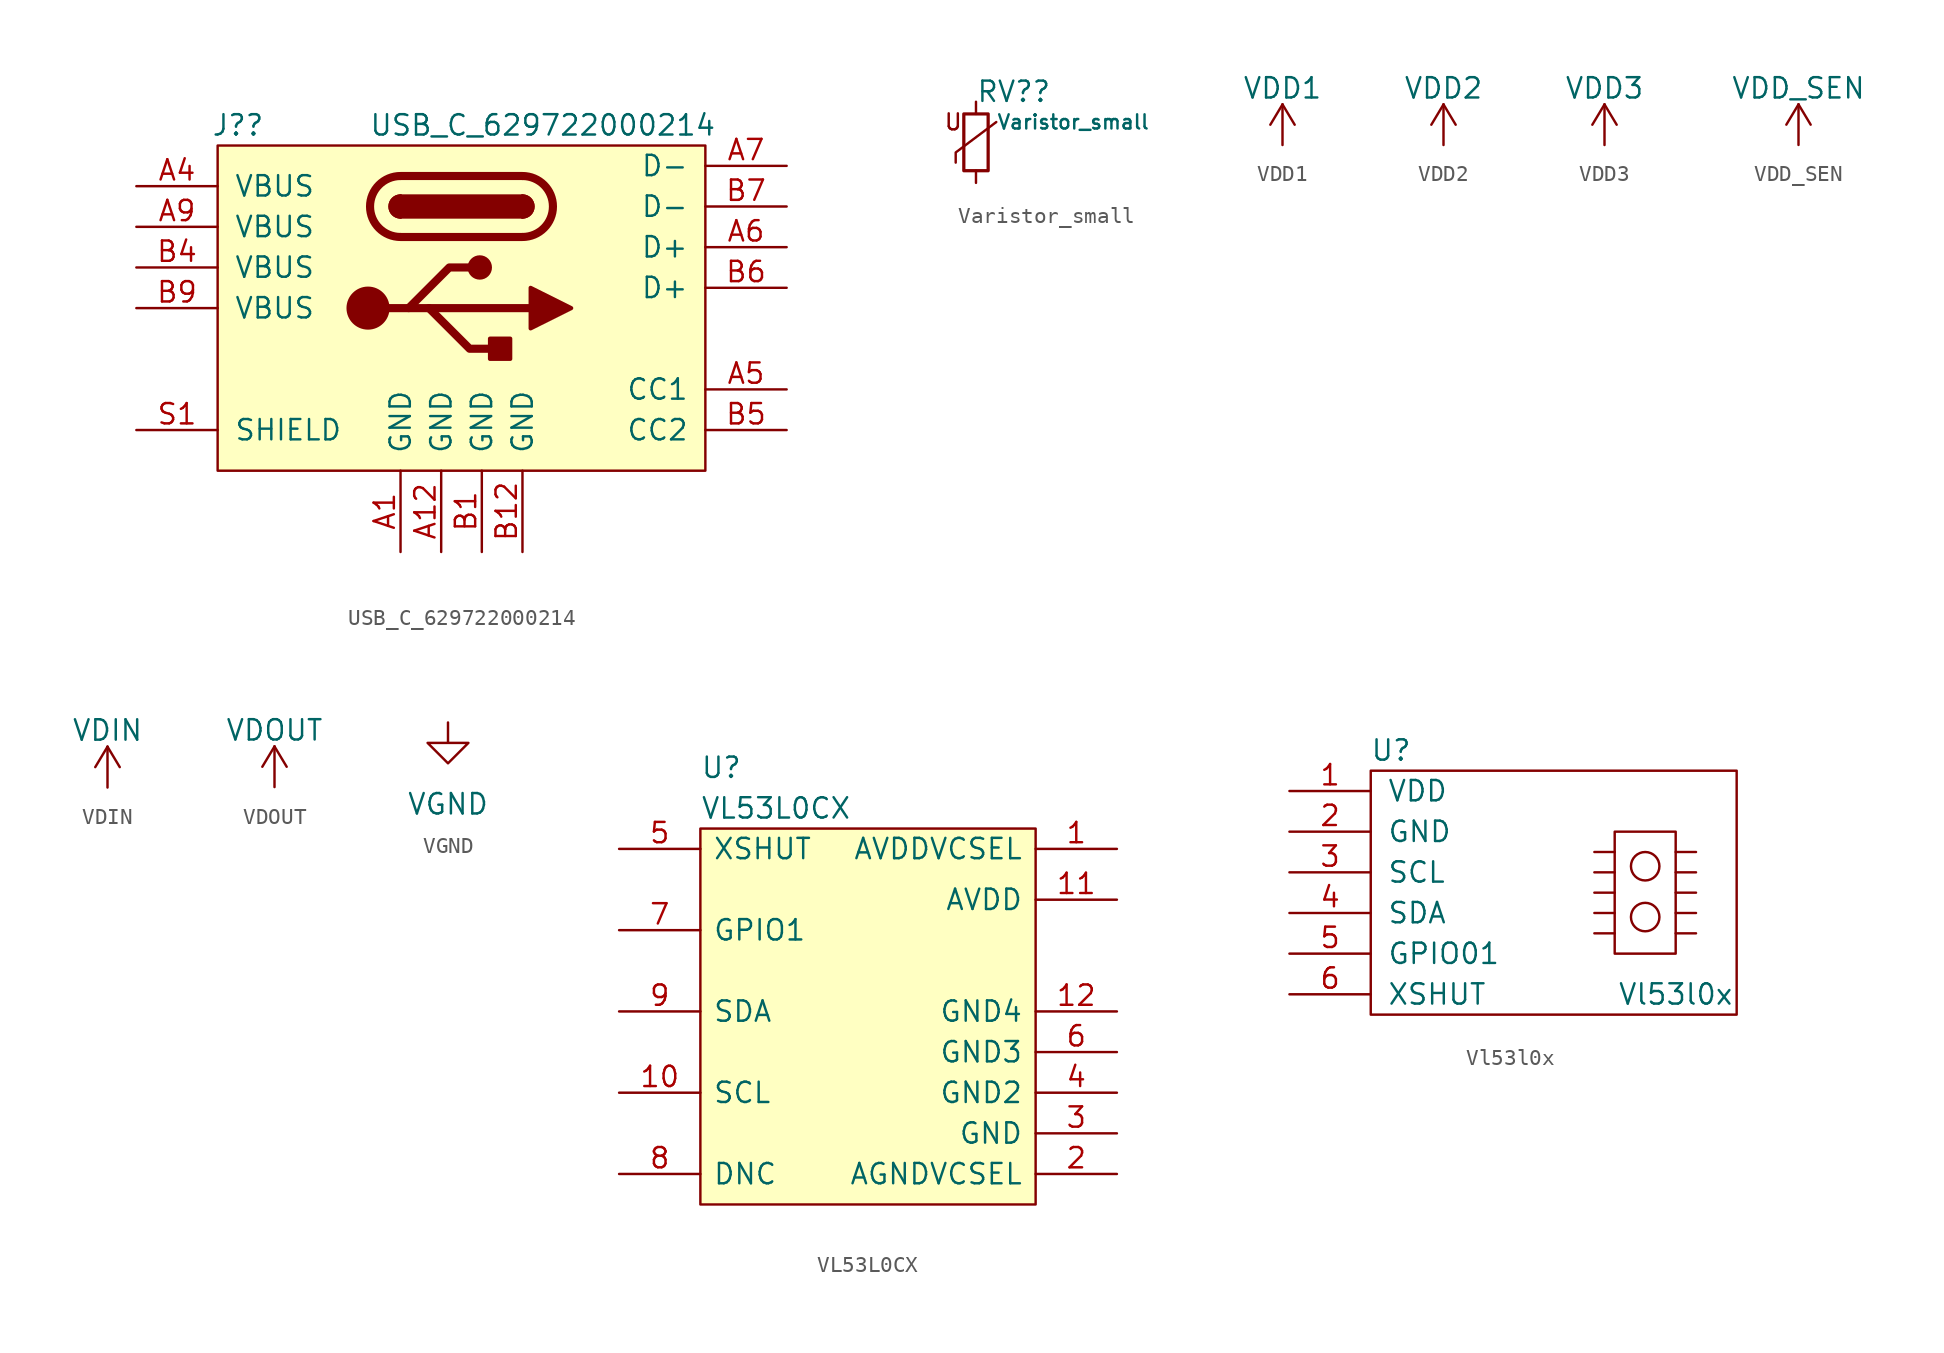
<source format=kicad_sym>
(kicad_symbol_lib
  (version 20211014)
  (generator kicad_symbol_editor)
  (symbol "USB_C_629722000214"
    (pin_names
      (offset 1.016))
    (property "Reference" "J?"
      (at -13.97 12.7 0)
      (effects (font (size 1.27 1.27))))
    (property "Value" "USB_C_629722000214"
      (at 5.08 12.7 0)
      (effects (font (size 1.27 1.27))))
    (symbol "USB_C_629722000214_0_1"
      (rectangle (start -15.24 11.43) (end 15.24 -8.89) (stroke (width 0.152) (type default) (color 0 0 0 0)) (fill (type background)))
      (circle (center -5.842 1.27) (radius 1.27) (stroke (width 0) (type default) (color 0 0 0 0)) (fill (type outline)))
      (arc (start -3.81 8.255) (mid -4.445 7.62) (end -3.81 6.985) (stroke (width 0.254) (type default) (color 0 0 0 0)) (fill (type none)))
      (arc (start -3.81 8.255) (mid -4.445 7.62) (end -3.81 6.985) (stroke (width 0.254) (type default) (color 0 0 0 0)) (fill (type outline)))
      (rectangle (start -3.81 8.255) (end 3.81 6.985) (stroke (width 0.254) (type default) (color 0 0 0 0)) (fill (type outline)))
      (arc (start -3.81 9.525) (mid -5.715 7.62) (end -3.81 5.715) (stroke (width 0.508) (type default) (color 0 0 0 0)) (fill (type none)))
      (polyline (pts (xy -5.842 1.27) (xy 4.318 1.27)) (stroke (width 0.508) (type default) (color 0 0 0 0)) (fill (type none)))
      (polyline (pts (xy -3.81 9.525) (xy 3.81 9.525)) (stroke (width 0.508) (type default) (color 0 0 0 0)) (fill (type none)))
      (polyline (pts (xy 3.81 5.715) (xy -3.81 5.715)) (stroke (width 0.508) (type default) (color 0 0 0 0)) (fill (type none)))
      (polyline (pts (xy -3.302 1.27) (xy -0.762 3.81) (xy 0.508 3.81)) (stroke (width 0.508) (type default) (color 0 0 0 0)) (fill (type none)))
      (polyline (pts (xy -2.032 1.27) (xy 0.508 -1.27) (xy 1.778 -1.27)) (stroke (width 0.508) (type default) (color 0 0 0 0)) (fill (type none)))
      (polyline (pts (xy 4.318 2.54) (xy 6.858 1.27) (xy 4.318 0) (xy 4.318 2.54)) (stroke (width 0.254) (type default) (color 0 0 0 0)) (fill (type outline)))
      (circle (center 1.143 3.81) (radius 0.635) (stroke (width 0.254) (type default) (color 0 0 0 0)) (fill (type outline)))
      (rectangle (start 1.778 -0.635) (end 3.048 -1.905) (stroke (width 0.254) (type default) (color 0 0 0 0)) (fill (type outline)))
      (arc (start 3.81 5.715) (mid 5.715 7.62) (end 3.81 9.525) (stroke (width 0.508) (type default) (color 0 0 0 0)) (fill (type none)))
      (arc (start 3.81 6.985) (mid 4.445 7.62) (end 3.81 8.255) (stroke (width 0.254) (type default) (color 0 0 0 0)) (fill (type none)))
      (arc (start 3.81 6.985) (mid 4.445 7.62) (end 3.81 8.255) (stroke (width 0.254) (type default) (color 0 0 0 0)) (fill (type outline))))
    (symbol "USB_C_629722000214_1_1"
      (pin passive line (at -3.81 -13.97 90) (length 5.08) (name "GND" (effects (font (size 1.27 1.27)))) (number "A1" (effects (font (size 1.27 1.27)))))
      (pin passive line (at -1.27 -13.97 90) (length 5.08) (name "GND" (effects (font (size 1.27 1.27)))) (number "A12" (effects (font (size 1.27 1.27)))))
      (pin passive line (at -20.32 8.89 0) (length 5.08) (name "VBUS" (effects (font (size 1.27 1.27)))) (number "A4" (effects (font (size 1.27 1.27)))))
      (pin bidirectional line (at 20.32 -3.81 180) (length 5.08) (name "CC1" (effects (font (size 1.27 1.27)))) (number "A5" (effects (font (size 1.27 1.27)))))
      (pin bidirectional line (at 20.32 5.08 180) (length 5.08) (name "D+" (effects (font (size 1.27 1.27)))) (number "A6" (effects (font (size 1.27 1.27)))))
      (pin bidirectional line (at 20.32 10.16 180) (length 5.08) (name "D-" (effects (font (size 1.27 1.27)))) (number "A7" (effects (font (size 1.27 1.27)))))
      (pin passive line (at -20.32 6.35 0) (length 5.08) (name "VBUS" (effects (font (size 1.27 1.27)))) (number "A9" (effects (font (size 1.27 1.27)))))
      (pin passive line (at 1.27 -13.97 90) (length 5.08) (name "GND" (effects (font (size 1.27 1.27)))) (number "B1" (effects (font (size 1.27 1.27)))))
      (pin passive line (at 3.81 -13.97 90) (length 5.08) (name "GND" (effects (font (size 1.27 1.27)))) (number "B12" (effects (font (size 1.27 1.27)))))
      (pin passive line (at -20.32 3.81 0) (length 5.08) (name "VBUS" (effects (font (size 1.27 1.27)))) (number "B4" (effects (font (size 1.27 1.27)))))
      (pin bidirectional line (at 20.32 -6.35 180) (length 5.08) (name "CC2" (effects (font (size 1.27 1.27)))) (number "B5" (effects (font (size 1.27 1.27)))))
      (pin bidirectional line (at 20.32 2.54 180) (length 5.08) (name "D+" (effects (font (size 1.27 1.27)))) (number "B6" (effects (font (size 1.27 1.27)))))
      (pin bidirectional line (at 20.32 7.62 180) (length 5.08) (name "D-" (effects (font (size 1.27 1.27)))) (number "B7" (effects (font (size 1.27 1.27)))))
      (pin passive line (at -20.32 1.27 0) (length 5.08) (name "VBUS" (effects (font (size 1.27 1.27)))) (number "B9" (effects (font (size 1.27 1.27)))))
      (pin passive line (at -20.32 -6.35 0) (length 5.08) (name "SHIELD" (effects (font (size 1.27 1.27)))) (number "S1" (effects (font (size 1.27 1.27)))))))
  (symbol "Varistor_small"
    (pin_numbers hide)
    (pin_names
      (offset 0.254) hide)
    (property "Reference" "RV?"
      (at 0 3.175 0)
      (effects (font (size 1.27 1.27)) (justify left)))
    (property "Value" "Varistor_small"
      (at 1.27 1.27 0)
      (effects (font (size 0.889 0.889)) (justify left)))
    (symbol "Varistor_small_0_0"
      (text "U" (at -1.422 1.27 0) (effects (font (size 1 1)))))
    (symbol "Varistor_small_0_1"
      (rectangle (start -0.762 1.778) (end 0.762 -1.778) (stroke (width 0.203) (type default) (color 0 0 0 0)) (fill (type none)))
      (polyline (pts (xy 1.27 1.27) (xy -1.27 -0.635) (xy -1.27 -1.27)) (stroke (width 0.152) (type default) (color 0 0 0 0)) (fill (type none))))
    (symbol "Varistor_small_1_1"
      (pin passive line (at 0 2.54 270) (length 0.762) (name "~" (effects (font (size 1.27 1.27)))) (number "1" (effects (font (size 1.27 1.27)))))
      (pin passive line (at 0 -2.54 90) (length 0.762) (name "~" (effects (font (size 1.27 1.27)))) (number "2" (effects (font (size 1.27 1.27)))))))
  (symbol "VDD1"
    (power)
    (pin_names
      (offset 0))
    (property "Reference" "#PWR"
      (at 0 -3.81 0)
      (effects (font (size 1.27 1.27)) hide))
    (property "Value" "VDD1"
      (at 0 3.556 0)
      (effects (font (size 1.27 1.27))))
    (symbol "VDD1_0_1"
      (polyline (pts (xy -0.762 1.27) (xy 0 2.54)) (stroke (width 0) (type default) (color 0 0 0 0)) (fill (type none)))
      (polyline (pts (xy 0 0) (xy 0 2.54)) (stroke (width 0) (type default) (color 0 0 0 0)) (fill (type none)))
      (polyline (pts (xy 0 2.54) (xy 0.762 1.27)) (stroke (width 0) (type default) (color 0 0 0 0)) (fill (type none))))
    (symbol "VDD1_1_1"
      (pin power_in line (at 0 0 90) (length 0) hide (name "VDD1" (effects (font (size 1.27 1.27)))) (number "1" (effects (font (size 1.27 1.27)))))))
  (symbol "VDD2"
    (power)
    (pin_names
      (offset 0))
    (property "Reference" "#PWR"
      (at 0 -3.81 0)
      (effects (font (size 1.27 1.27)) hide))
    (property "Value" "VDD2"
      (at 0 3.556 0)
      (effects (font (size 1.27 1.27))))
    (symbol "VDD2_0_1"
      (polyline (pts (xy -0.762 1.27) (xy 0 2.54)) (stroke (width 0) (type default) (color 0 0 0 0)) (fill (type none)))
      (polyline (pts (xy 0 0) (xy 0 2.54)) (stroke (width 0) (type default) (color 0 0 0 0)) (fill (type none)))
      (polyline (pts (xy 0 2.54) (xy 0.762 1.27)) (stroke (width 0) (type default) (color 0 0 0 0)) (fill (type none))))
    (symbol "VDD2_1_1"
      (pin power_in line (at 0 0 90) (length 0) hide (name "VDD2" (effects (font (size 1.27 1.27)))) (number "1" (effects (font (size 1.27 1.27)))))))
  (symbol "VDD3"
    (power)
    (pin_names
      (offset 0))
    (property "Reference" "#PWR"
      (at 0 -3.81 0)
      (effects (font (size 1.27 1.27)) hide))
    (property "Value" "VDD3"
      (at 0 3.556 0)
      (effects (font (size 1.27 1.27))))
    (symbol "VDD3_0_1"
      (polyline (pts (xy -0.762 1.27) (xy 0 2.54)) (stroke (width 0) (type default) (color 0 0 0 0)) (fill (type none)))
      (polyline (pts (xy 0 0) (xy 0 2.54)) (stroke (width 0) (type default) (color 0 0 0 0)) (fill (type none)))
      (polyline (pts (xy 0 2.54) (xy 0.762 1.27)) (stroke (width 0) (type default) (color 0 0 0 0)) (fill (type none))))
    (symbol "VDD3_1_1"
      (pin power_in line (at 0 0 90) (length 0) hide (name "VDD3" (effects (font (size 1.27 1.27)))) (number "1" (effects (font (size 1.27 1.27)))))))
  (symbol "VDD_SEN"
    (power)
    (pin_names
      (offset 0))
    (property "Reference" "#PWR"
      (at 0 -3.81 0)
      (effects (font (size 1.27 1.27)) hide))
    (property "Value" "VDD_SEN"
      (at 0 3.556 0)
      (effects (font (size 1.27 1.27))))
    (symbol "VDD_SEN_0_1"
      (polyline (pts (xy -0.762 1.27) (xy 0 2.54)) (stroke (width 0) (type default) (color 0 0 0 0)) (fill (type none)))
      (polyline (pts (xy 0 0) (xy 0 2.54)) (stroke (width 0) (type default) (color 0 0 0 0)) (fill (type none)))
      (polyline (pts (xy 0 2.54) (xy 0.762 1.27)) (stroke (width 0) (type default) (color 0 0 0 0)) (fill (type none))))
    (symbol "VDD_SEN_1_1"
      (pin power_in line (at 0 0 90) (length 0) hide (name "VDD_SEN" (effects (font (size 1.27 1.27)))) (number "1" (effects (font (size 1.27 1.27)))))))
  (symbol "VDIN"
    (power)
    (pin_names
      (offset 0))
    (property "Reference" "#PWR"
      (at 15.24 7.62 0)
      (effects (font (size 1.27 1.27)) hide))
    (property "Value" "VDIN"
      (at 0 3.556 0)
      (effects (font (size 1.27 1.27))))
    (symbol "VDIN_0_1"
      (polyline (pts (xy -0.762 1.27) (xy 0 2.54)) (stroke (width 0) (type default) (color 0 0 0 0)) (fill (type none)))
      (polyline (pts (xy 0 0) (xy 0 2.54)) (stroke (width 0) (type default) (color 0 0 0 0)) (fill (type none)))
      (polyline (pts (xy 0 2.54) (xy 0.762 1.27)) (stroke (width 0) (type default) (color 0 0 0 0)) (fill (type none))))
    (symbol "VDIN_1_1"
      (pin power_in line (at 0 0 180) (length 0) hide (name "VDIN" (effects (font (size 1.27 1.27)))) (number "1" (effects (font (size 1.27 1.27)))))))
  (symbol "VDOUT"
    (power)
    (pin_names
      (offset 0))
    (property "Reference" "#PWR"
      (at 15.24 7.62 0)
      (effects (font (size 1.27 1.27)) hide))
    (property "Value" "VDOUT"
      (at 0 3.556 0)
      (effects (font (size 1.27 1.27))))
    (symbol "VDOUT_0_1"
      (polyline (pts (xy -0.762 1.27) (xy 0 2.54)) (stroke (width 0) (type default) (color 0 0 0 0)) (fill (type none)))
      (polyline (pts (xy 0 0) (xy 0 2.54)) (stroke (width 0) (type default) (color 0 0 0 0)) (fill (type none)))
      (polyline (pts (xy 0 2.54) (xy 0.762 1.27)) (stroke (width 0) (type default) (color 0 0 0 0)) (fill (type none))))
    (symbol "VDOUT_1_1"
      (pin power_in line (at 0 0 180) (length 0) hide (name "VDOUT" (effects (font (size 1.27 1.27)))) (number "1" (effects (font (size 1.27 1.27)))))))
  (symbol "VGND"
    (power)
    (pin_names
      (offset 0))
    (property "Reference" "#PWR03"
      (at 0 -6.35 0)
      (effects (font (size 1.27 1.27)) hide))
    (property "Value" "VGND"
      (at 0 -5.08 0)
      (effects (font (size 1.27 1.27))))
    (symbol "VGND_0_1"
      (polyline (pts (xy 0 0) (xy 0 -1.27) (xy 1.27 -1.27) (xy 0 -2.54) (xy -1.27 -1.27) (xy 0 -1.27)) (stroke (width 0) (type default) (color 0 0 0 0)) (fill (type none))))
    (symbol "VGND_1_1"
      (pin power_in line (at 0 0 270) (length 0) hide (name "VGND" (effects (font (size 1.27 1.27)))) (number "1" (effects (font (size 1.27 1.27)))))))
  (symbol "VL53L0CX"
    (pin_names
      (offset 0.762))
    (property "Reference" "U"
      (at 5.08 5.08 0)
      (effects (font (size 1.27 1.27)) (justify left)))
    (property "Value" "VL53L0CX"
      (at 5.08 2.54 0)
      (effects (font (size 1.27 1.27)) (justify left)))
    (symbol "VL53L0CX_0_0"
      (pin power_in line (at 31.115 0 180) (length 5.08) (name "AVDDVCSEL" (effects (font (size 1.27 1.27)))) (number "1" (effects (font (size 1.27 1.27)))))
      (pin power_in line (at 0 -15.24 0) (length 5.08) (name "SCL" (effects (font (size 1.27 1.27)))) (number "10" (effects (font (size 1.27 1.27)))))
      (pin power_in line (at 31.115 -3.175 180) (length 5.08) (name "AVDD" (effects (font (size 1.27 1.27)))) (number "11" (effects (font (size 1.27 1.27)))))
      (pin power_in line (at 31.115 -10.16 180) (length 5.08) (name "GND4" (effects (font (size 1.27 1.27)))) (number "12" (effects (font (size 1.27 1.27)))))
      (pin input line (at 31.115 -20.32 180) (length 5.08) (name "AGNDVCSEL" (effects (font (size 1.27 1.27)))) (number "2" (effects (font (size 1.27 1.27)))))
      (pin bidirectional line (at 31.115 -17.78 180) (length 5.08) (name "GND" (effects (font (size 1.27 1.27)))) (number "3" (effects (font (size 1.27 1.27)))))
      (pin input line (at 31.115 -15.24 180) (length 5.08) (name "GND2" (effects (font (size 1.27 1.27)))) (number "4" (effects (font (size 1.27 1.27)))))
      (pin output line (at 0 0 0) (length 5.08) (name "XSHUT" (effects (font (size 1.27 1.27)))) (number "5" (effects (font (size 1.27 1.27)))))
      (pin power_in line (at 31.115 -12.7 180) (length 5.08) (name "GND3" (effects (font (size 1.27 1.27)))) (number "6" (effects (font (size 1.27 1.27)))))
      (pin input line (at 0 -5.08 0) (length 5.08) (name "GPIO1" (effects (font (size 1.27 1.27)))) (number "7" (effects (font (size 1.27 1.27)))))
      (pin power_in line (at 0 -20.32 0) (length 5.08) (name "DNC" (effects (font (size 1.27 1.27)))) (number "8" (effects (font (size 1.27 1.27)))))
      (pin power_in line (at 0 -10.16 0) (length 5.08) (name "SDA" (effects (font (size 1.27 1.27)))) (number "9" (effects (font (size 1.27 1.27))))))
    (symbol "VL53L0CX_0_1"
      (rectangle (start 5.08 1.27) (end 26.035 -22.225) (stroke (width 0) (type default) (color 0 0 0 0)) (fill (type background)))))
  (symbol "Vl53l0x"
    (pin_names
      (offset 1.016))
    (property "Reference" "U"
      (at 1.27 16.51 0)
      (effects (font (size 1.27 1.27))))
    (property "Value" "Vl53l0x"
      (at 19.05 1.27 0)
      (effects (font (size 1.27 1.27))))
    (symbol "Vl53l0x_0_1"
      (polyline (pts (xy 15.24 5.08) (xy 13.97 5.08)) (stroke (width 0) (type default) (color 0 0 0 0)) (fill (type none)))
      (polyline (pts (xy 15.24 6.35) (xy 13.97 6.35)) (stroke (width 0) (type default) (color 0 0 0 0)) (fill (type none)))
      (polyline (pts (xy 15.24 7.62) (xy 13.97 7.62)) (stroke (width 0) (type default) (color 0 0 0 0)) (fill (type none)))
      (polyline (pts (xy 15.24 8.89) (xy 13.97 8.89)) (stroke (width 0) (type default) (color 0 0 0 0)) (fill (type none)))
      (polyline (pts (xy 15.24 10.16) (xy 13.97 10.16)) (stroke (width 0) (type default) (color 0 0 0 0)) (fill (type none)))
      (polyline (pts (xy 20.32 5.08) (xy 19.05 5.08)) (stroke (width 0) (type default) (color 0 0 0 0)) (fill (type none)))
      (polyline (pts (xy 20.32 6.35) (xy 19.05 6.35)) (stroke (width 0) (type default) (color 0 0 0 0)) (fill (type none)))
      (polyline (pts (xy 20.32 7.62) (xy 19.05 7.62)) (stroke (width 0) (type default) (color 0 0 0 0)) (fill (type none)))
      (polyline (pts (xy 20.32 8.89) (xy 19.05 8.89)) (stroke (width 0) (type default) (color 0 0 0 0)) (fill (type none)))
      (polyline (pts (xy 20.32 10.16) (xy 19.05 10.16)) (stroke (width 0) (type default) (color 0 0 0 0)) (fill (type none)))
      (rectangle (start 0 15.24) (end 22.86 0) (stroke (width 0) (type default) (color 0 0 0 0)) (fill (type none)))
      (rectangle (start 15.24 11.43) (end 19.05 3.81) (stroke (width 0) (type default) (color 0 0 0 0)) (fill (type none)))
      (circle (center 17.145 6.096) (radius 0.889) (stroke (width 0) (type default) (color 0 0 0 0)) (fill (type none)))
      (circle (center 17.145 9.271) (radius 0.889) (stroke (width 0) (type default) (color 0 0 0 0)) (fill (type none))))
    (symbol "Vl53l0x_1_1"
      (pin input line (at -5.08 13.97 0) (length 5.08) (name "VDD" (effects (font (size 1.27 1.27)))) (number "1" (effects (font (size 1.27 1.27)))))
      (pin input line (at -5.08 11.43 0) (length 5.08) (name "GND" (effects (font (size 1.27 1.27)))) (number "2" (effects (font (size 1.27 1.27)))))
      (pin input line (at -5.08 8.89 0) (length 5.08) (name "SCL" (effects (font (size 1.27 1.27)))) (number "3" (effects (font (size 1.27 1.27)))))
      (pin input line (at -5.08 6.35 0) (length 5.08) (name "SDA" (effects (font (size 1.27 1.27)))) (number "4" (effects (font (size 1.27 1.27)))))
      (pin input line (at -5.08 3.81 0) (length 5.08) (name "GPIO01" (effects (font (size 1.27 1.27)))) (number "5" (effects (font (size 1.27 1.27)))))
      (pin input line (at -5.08 1.27 0) (length 5.08) (name "XSHUT" (effects (font (size 1.27 1.27)))) (number "6" (effects (font (size 1.27 1.27))))))))
</source>
